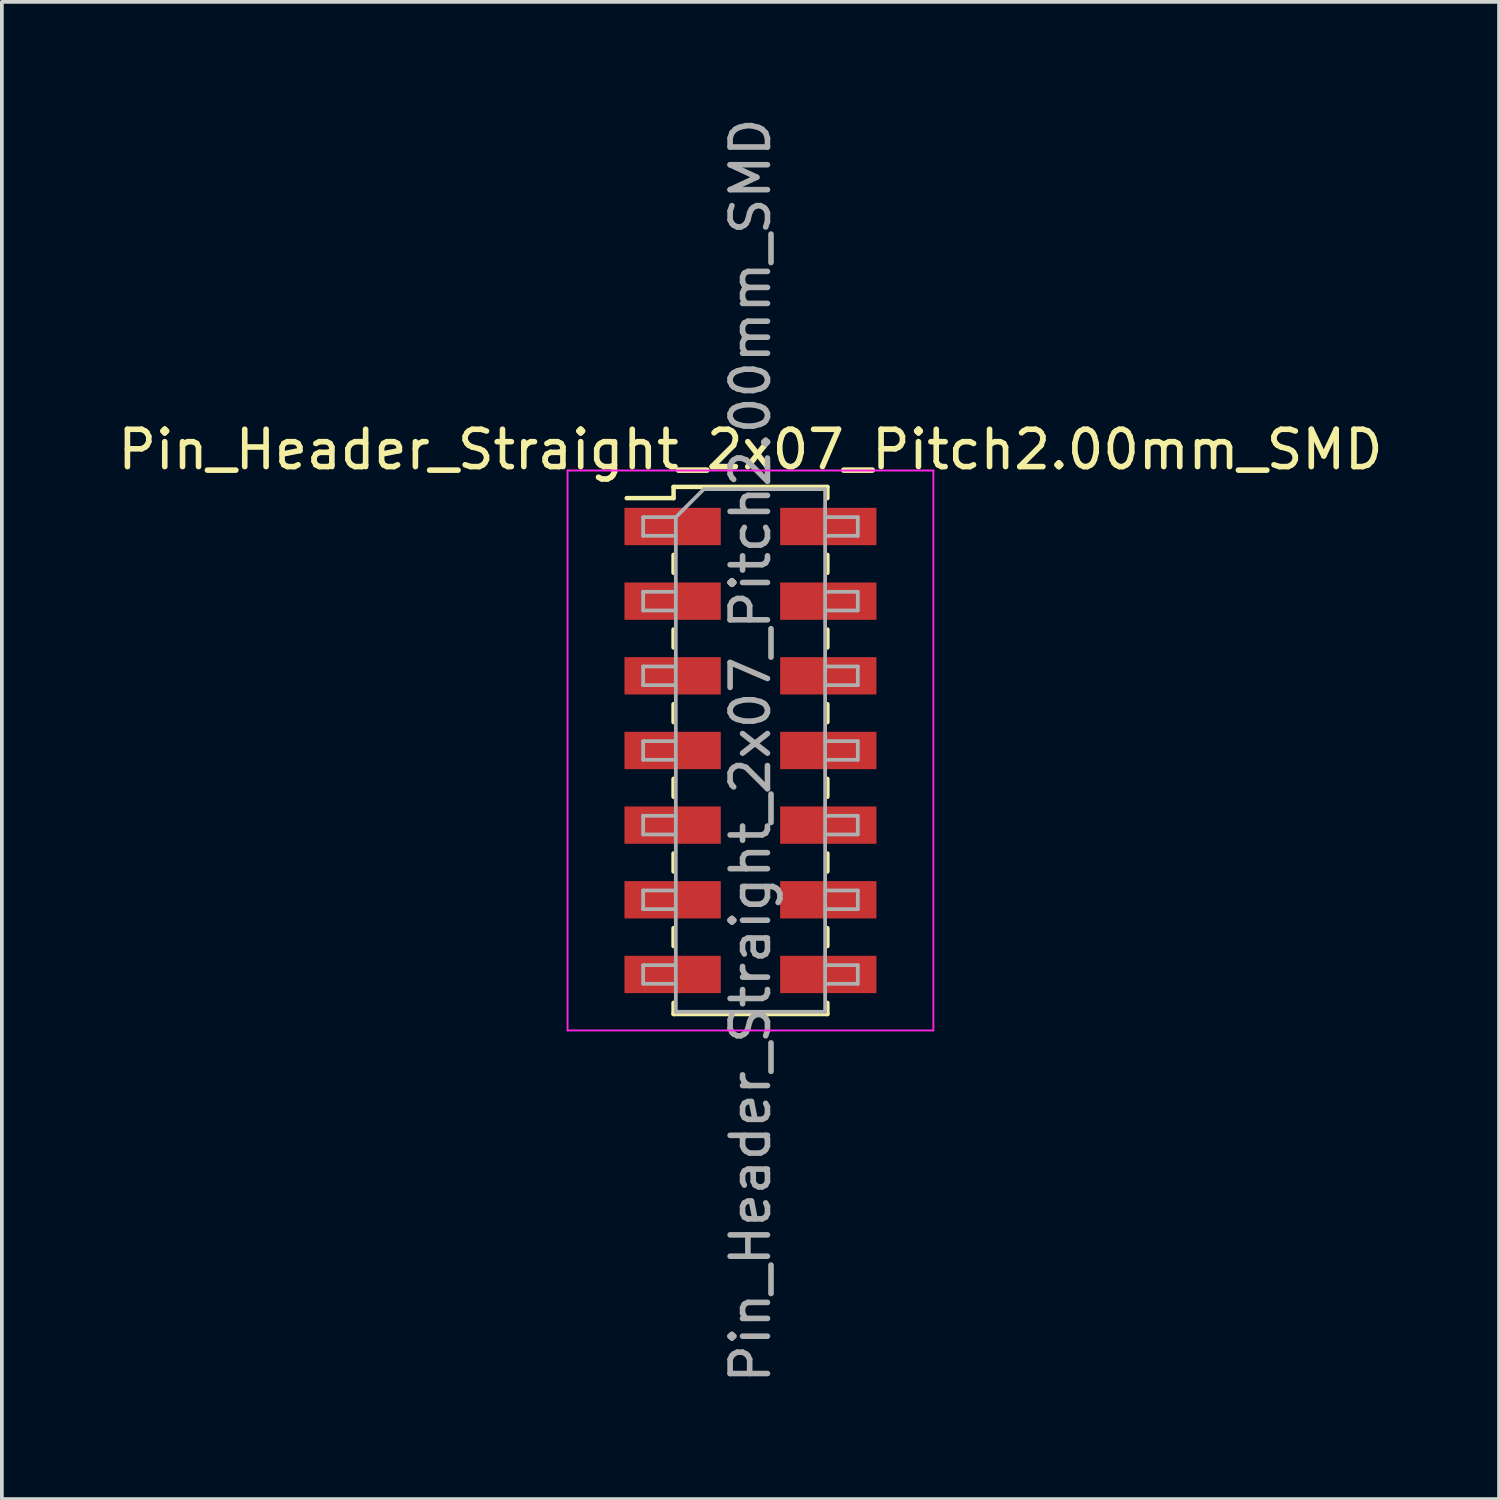
<source format=kicad_pcb>
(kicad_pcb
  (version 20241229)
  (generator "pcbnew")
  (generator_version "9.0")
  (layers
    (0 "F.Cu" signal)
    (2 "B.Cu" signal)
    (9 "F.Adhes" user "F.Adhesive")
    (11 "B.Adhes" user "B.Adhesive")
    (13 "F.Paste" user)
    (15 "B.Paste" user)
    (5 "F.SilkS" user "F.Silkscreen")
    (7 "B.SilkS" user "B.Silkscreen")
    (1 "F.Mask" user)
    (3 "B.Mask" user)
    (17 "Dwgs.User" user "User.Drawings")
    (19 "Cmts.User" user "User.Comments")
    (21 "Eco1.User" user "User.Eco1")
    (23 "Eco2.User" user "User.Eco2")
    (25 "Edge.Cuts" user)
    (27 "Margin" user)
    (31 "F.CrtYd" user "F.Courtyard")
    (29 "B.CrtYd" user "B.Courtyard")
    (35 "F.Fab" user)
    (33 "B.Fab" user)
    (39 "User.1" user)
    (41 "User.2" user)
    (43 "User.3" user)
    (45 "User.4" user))
  (footprint "Pin_Header_Straight_2x07_Pitch2.00mm_SMD"
    (layer "F.Cu")
    (at 17.054 17.054)
    (property "Reference" "Pin_Header_Straight_2x07_Pitch2.00mm_SMD" (at 0 -8.06 0) (layer "F.SilkS") (effects (font (size 1 1) (thickness 0.15))))
    (attr smd)
    (fp_line (start -3.315 -6.76) (end -2.06 -6.76) (stroke (width 0.12) (type solid)) (layer "F.SilkS"))
    (fp_line (start -2.06 -7.06) (end -2.06 -6.76) (stroke (width 0.12) (type solid)) (layer "F.SilkS"))
    (fp_line (start -2.06 -7.06) (end 2.06 -7.06) (stroke (width 0.12) (type solid)) (layer "F.SilkS"))
    (fp_line (start -2.06 -5.24) (end -2.06 -4.76) (stroke (width 0.12) (type solid)) (layer "F.SilkS"))
    (fp_line (start -2.06 -3.24) (end -2.06 -2.76) (stroke (width 0.12) (type solid)) (layer "F.SilkS"))
    (fp_line (start -2.06 -1.24) (end -2.06 -0.76) (stroke (width 0.12) (type solid)) (layer "F.SilkS"))
    (fp_line (start -2.06 0.76) (end -2.06 1.24) (stroke (width 0.12) (type solid)) (layer "F.SilkS"))
    (fp_line (start -2.06 2.76) (end -2.06 3.24) (stroke (width 0.12) (type solid)) (layer "F.SilkS"))
    (fp_line (start -2.06 4.76) (end -2.06 5.24) (stroke (width 0.12) (type solid)) (layer "F.SilkS"))
    (fp_line (start -2.06 6.76) (end -2.06 7.06) (stroke (width 0.12) (type solid)) (layer "F.SilkS"))
    (fp_line (start -2.06 7.06) (end 2.06 7.06) (stroke (width 0.12) (type solid)) (layer "F.SilkS"))
    (fp_line (start 2.06 -7.06) (end 2.06 -6.76) (stroke (width 0.12) (type solid)) (layer "F.SilkS"))
    (fp_line (start 2.06 -5.24) (end 2.06 -4.76) (stroke (width 0.12) (type solid)) (layer "F.SilkS"))
    (fp_line (start 2.06 -3.24) (end 2.06 -2.76) (stroke (width 0.12) (type solid)) (layer "F.SilkS"))
    (fp_line (start 2.06 -1.24) (end 2.06 -0.76) (stroke (width 0.12) (type solid)) (layer "F.SilkS"))
    (fp_line (start 2.06 0.76) (end 2.06 1.24) (stroke (width 0.12) (type solid)) (layer "F.SilkS"))
    (fp_line (start 2.06 2.76) (end 2.06 3.24) (stroke (width 0.12) (type solid)) (layer "F.SilkS"))
    (fp_line (start 2.06 4.76) (end 2.06 5.24) (stroke (width 0.12) (type solid)) (layer "F.SilkS"))
    (fp_line (start 2.06 6.76) (end 2.06 7.06) (stroke (width 0.12) (type solid)) (layer "F.SilkS"))
    (fp_line (start -4.9 -7.5) (end -4.9 7.5) (stroke (width 0.05) (type solid)) (layer "F.CrtYd"))
    (fp_line (start -4.9 7.5) (end 4.9 7.5) (stroke (width 0.05) (type solid)) (layer "F.CrtYd"))
    (fp_line (start 4.9 -7.5) (end -4.9 -7.5) (stroke (width 0.05) (type solid)) (layer "F.CrtYd"))
    (fp_line (start 4.9 7.5) (end 4.9 -7.5) (stroke (width 0.05) (type solid)) (layer "F.CrtYd"))
    (fp_line (start -2.875 -6.25) (end -2.875 -5.75) (stroke (width 0.1) (type solid)) (layer "F.Fab"))
    (fp_line (start -2.875 -5.75) (end -2 -5.75) (stroke (width 0.1) (type solid)) (layer "F.Fab"))
    (fp_line (start -2.875 -4.25) (end -2.875 -3.75) (stroke (width 0.1) (type solid)) (layer "F.Fab"))
    (fp_line (start -2.875 -3.75) (end -2 -3.75) (stroke (width 0.1) (type solid)) (layer "F.Fab"))
    (fp_line (start -2.875 -2.25) (end -2.875 -1.75) (stroke (width 0.1) (type solid)) (layer "F.Fab"))
    (fp_line (start -2.875 -1.75) (end -2 -1.75) (stroke (width 0.1) (type solid)) (layer "F.Fab"))
    (fp_line (start -2.875 -0.25) (end -2.875 0.25) (stroke (width 0.1) (type solid)) (layer "F.Fab"))
    (fp_line (start -2.875 0.25) (end -2 0.25) (stroke (width 0.1) (type solid)) (layer "F.Fab"))
    (fp_line (start -2.875 1.75) (end -2.875 2.25) (stroke (width 0.1) (type solid)) (layer "F.Fab"))
    (fp_line (start -2.875 2.25) (end -2 2.25) (stroke (width 0.1) (type solid)) (layer "F.Fab"))
    (fp_line (start -2.875 3.75) (end -2.875 4.25) (stroke (width 0.1) (type solid)) (layer "F.Fab"))
    (fp_line (start -2.875 4.25) (end -2 4.25) (stroke (width 0.1) (type solid)) (layer "F.Fab"))
    (fp_line (start -2.875 5.75) (end -2.875 6.25) (stroke (width 0.1) (type solid)) (layer "F.Fab"))
    (fp_line (start -2.875 6.25) (end -2 6.25) (stroke (width 0.1) (type solid)) (layer "F.Fab"))
    (fp_line (start -2 -6.25) (end -2.875 -6.25) (stroke (width 0.1) (type solid)) (layer "F.Fab"))
    (fp_line (start -2 -6.25) (end -1.25 -7) (stroke (width 0.1) (type solid)) (layer "F.Fab"))
    (fp_line (start -2 -4.25) (end -2.875 -4.25) (stroke (width 0.1) (type solid)) (layer "F.Fab"))
    (fp_line (start -2 -2.25) (end -2.875 -2.25) (stroke (width 0.1) (type solid)) (layer "F.Fab"))
    (fp_line (start -2 -0.25) (end -2.875 -0.25) (stroke (width 0.1) (type solid)) (layer "F.Fab"))
    (fp_line (start -2 1.75) (end -2.875 1.75) (stroke (width 0.1) (type solid)) (layer "F.Fab"))
    (fp_line (start -2 3.75) (end -2.875 3.75) (stroke (width 0.1) (type solid)) (layer "F.Fab"))
    (fp_line (start -2 5.75) (end -2.875 5.75) (stroke (width 0.1) (type solid)) (layer "F.Fab"))
    (fp_line (start -2 7) (end -2 -6.25) (stroke (width 0.1) (type solid)) (layer "F.Fab"))
    (fp_line (start -1.25 -7) (end 2 -7) (stroke (width 0.1) (type solid)) (layer "F.Fab"))
    (fp_line (start 2 -7) (end 2 7) (stroke (width 0.1) (type solid)) (layer "F.Fab"))
    (fp_line (start 2 -6.25) (end 2.875 -6.25) (stroke (width 0.1) (type solid)) (layer "F.Fab"))
    (fp_line (start 2 -4.25) (end 2.875 -4.25) (stroke (width 0.1) (type solid)) (layer "F.Fab"))
    (fp_line (start 2 -2.25) (end 2.875 -2.25) (stroke (width 0.1) (type solid)) (layer "F.Fab"))
    (fp_line (start 2 -0.25) (end 2.875 -0.25) (stroke (width 0.1) (type solid)) (layer "F.Fab"))
    (fp_line (start 2 1.75) (end 2.875 1.75) (stroke (width 0.1) (type solid)) (layer "F.Fab"))
    (fp_line (start 2 3.75) (end 2.875 3.75) (stroke (width 0.1) (type solid)) (layer "F.Fab"))
    (fp_line (start 2 5.75) (end 2.875 5.75) (stroke (width 0.1) (type solid)) (layer "F.Fab"))
    (fp_line (start 2 7) (end -2 7) (stroke (width 0.1) (type solid)) (layer "F.Fab"))
    (fp_line (start 2.875 -6.25) (end 2.875 -5.75) (stroke (width 0.1) (type solid)) (layer "F.Fab"))
    (fp_line (start 2.875 -5.75) (end 2 -5.75) (stroke (width 0.1) (type solid)) (layer "F.Fab"))
    (fp_line (start 2.875 -4.25) (end 2.875 -3.75) (stroke (width 0.1) (type solid)) (layer "F.Fab"))
    (fp_line (start 2.875 -3.75) (end 2 -3.75) (stroke (width 0.1) (type solid)) (layer "F.Fab"))
    (fp_line (start 2.875 -2.25) (end 2.875 -1.75) (stroke (width 0.1) (type solid)) (layer "F.Fab"))
    (fp_line (start 2.875 -1.75) (end 2 -1.75) (stroke (width 0.1) (type solid)) (layer "F.Fab"))
    (fp_line (start 2.875 -0.25) (end 2.875 0.25) (stroke (width 0.1) (type solid)) (layer "F.Fab"))
    (fp_line (start 2.875 0.25) (end 2 0.25) (stroke (width 0.1) (type solid)) (layer "F.Fab"))
    (fp_line (start 2.875 1.75) (end 2.875 2.25) (stroke (width 0.1) (type solid)) (layer "F.Fab"))
    (fp_line (start 2.875 2.25) (end 2 2.25) (stroke (width 0.1) (type solid)) (layer "F.Fab"))
    (fp_line (start 2.875 3.75) (end 2.875 4.25) (stroke (width 0.1) (type solid)) (layer "F.Fab"))
    (fp_line (start 2.875 4.25) (end 2 4.25) (stroke (width 0.1) (type solid)) (layer "F.Fab"))
    (fp_line (start 2.875 5.75) (end 2.875 6.25) (stroke (width 0.1) (type solid)) (layer "F.Fab"))
    (fp_line (start 2.875 6.25) (end 2 6.25) (stroke (width 0.1) (type solid)) (layer "F.Fab"))
    (fp_text user "${REFERENCE}" (at 0 0 90) (layer "F.Fab") (effects (font (size 1 1) (thickness 0.15))))
    (pad "1" smd rect (at -2.085 -6) (size 2.58 1) (layers "F.Cu" "F.Mask" "F.Paste"))
    (pad "2" smd rect (at 2.085 -6) (size 2.58 1) (layers "F.Cu" "F.Mask" "F.Paste"))
    (pad "3" smd rect (at -2.085 -4) (size 2.58 1) (layers "F.Cu" "F.Mask" "F.Paste"))
    (pad "4" smd rect (at 2.085 -4) (size 2.58 1) (layers "F.Cu" "F.Mask" "F.Paste"))
    (pad "5" smd rect (at -2.085 -2) (size 2.58 1) (layers "F.Cu" "F.Mask" "F.Paste"))
    (pad "6" smd rect (at 2.085 -2) (size 2.58 1) (layers "F.Cu" "F.Mask" "F.Paste"))
    (pad "7" smd rect (at -2.085 0) (size 2.58 1) (layers "F.Cu" "F.Mask" "F.Paste"))
    (pad "8" smd rect (at 2.085 0) (size 2.58 1) (layers "F.Cu" "F.Mask" "F.Paste"))
    (pad "9" smd rect (at -2.085 2) (size 2.58 1) (layers "F.Cu" "F.Mask" "F.Paste"))
    (pad "10" smd rect (at 2.085 2) (size 2.58 1) (layers "F.Cu" "F.Mask" "F.Paste"))
    (pad "11" smd rect (at -2.085 4) (size 2.58 1) (layers "F.Cu" "F.Mask" "F.Paste"))
    (pad "12" smd rect (at 2.085 4) (size 2.58 1) (layers "F.Cu" "F.Mask" "F.Paste"))
    (pad "13" smd rect (at -2.085 6) (size 2.58 1) (layers "F.Cu" "F.Mask" "F.Paste"))
    (pad "14" smd rect (at 2.085 6) (size 2.58 1) (layers "F.Cu" "F.Mask" "F.Paste")))
  (gr_rect
    (start -3 -3)
    (end 37.107 37.107)
    (stroke (width 0.1) (type default))
    (fill no)
    (layer "Edge.Cuts")))
</source>
